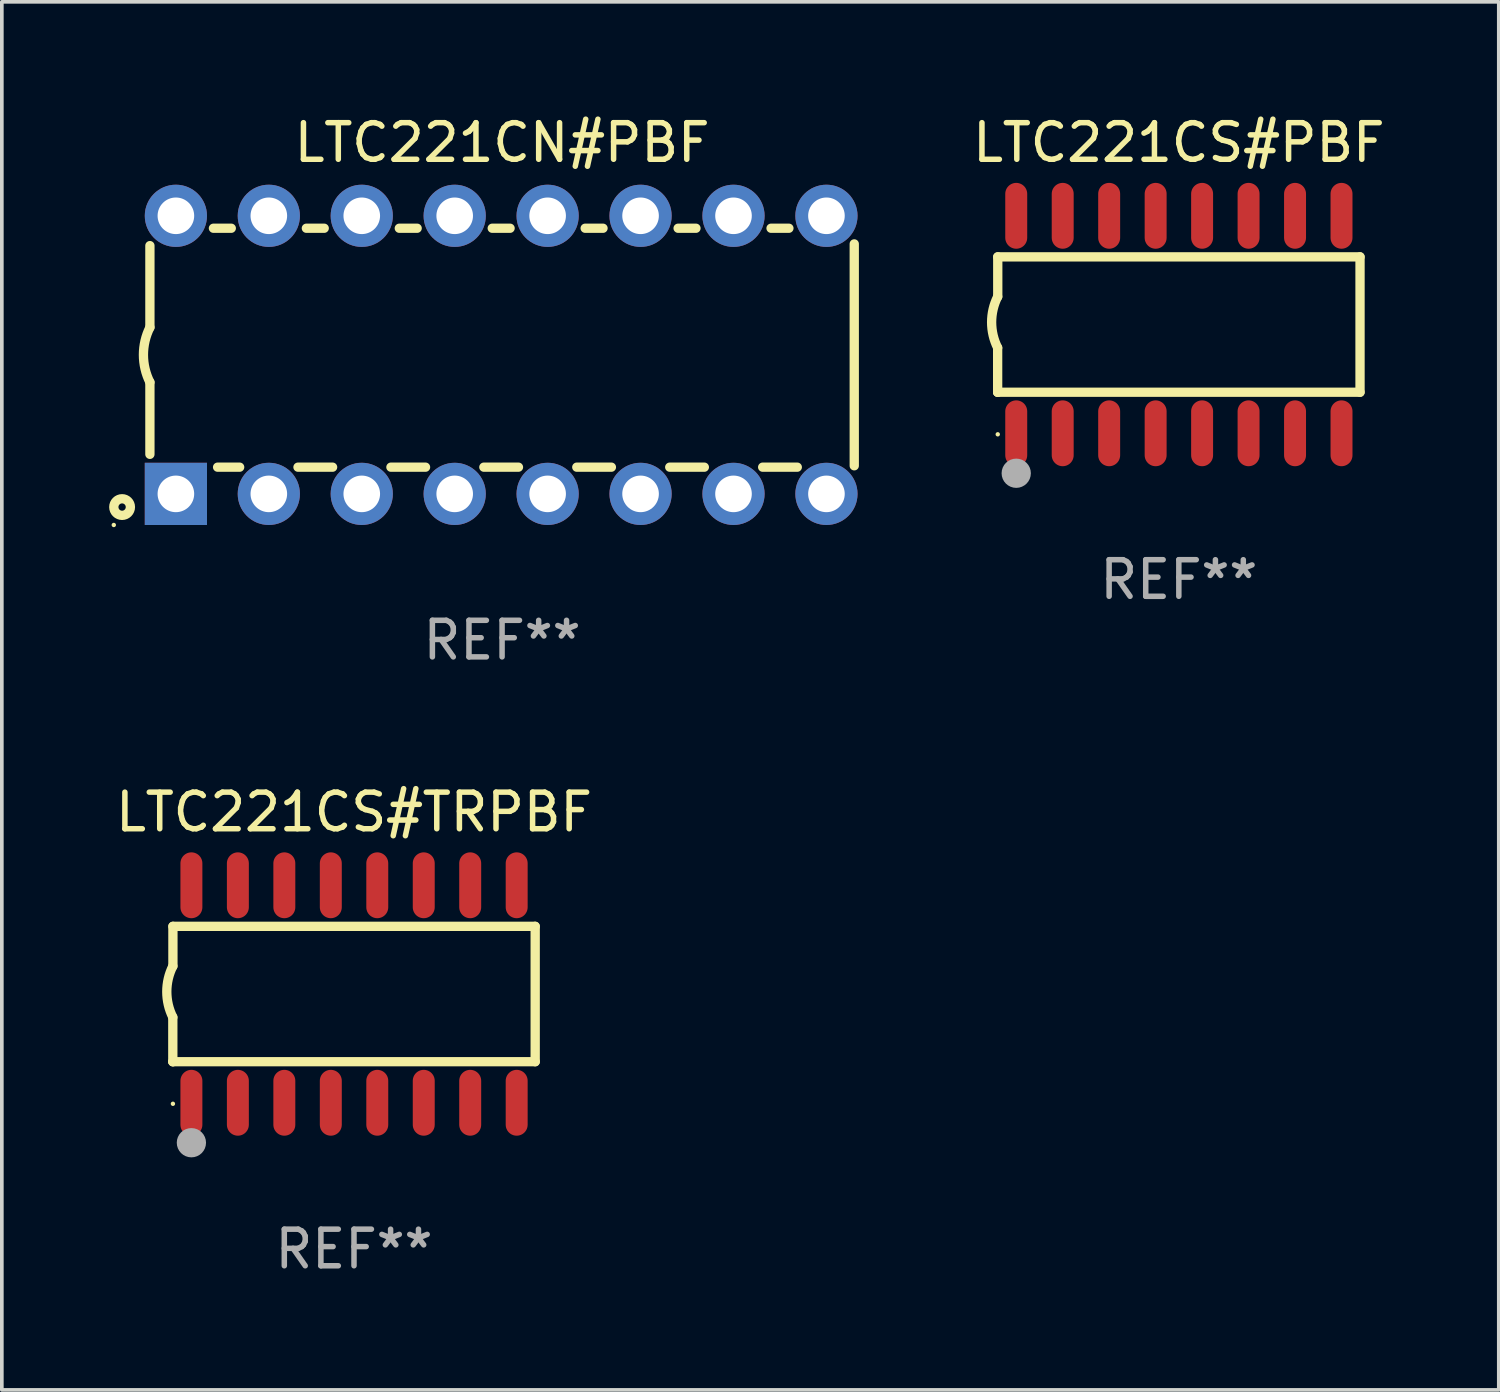
<source format=kicad_pcb>
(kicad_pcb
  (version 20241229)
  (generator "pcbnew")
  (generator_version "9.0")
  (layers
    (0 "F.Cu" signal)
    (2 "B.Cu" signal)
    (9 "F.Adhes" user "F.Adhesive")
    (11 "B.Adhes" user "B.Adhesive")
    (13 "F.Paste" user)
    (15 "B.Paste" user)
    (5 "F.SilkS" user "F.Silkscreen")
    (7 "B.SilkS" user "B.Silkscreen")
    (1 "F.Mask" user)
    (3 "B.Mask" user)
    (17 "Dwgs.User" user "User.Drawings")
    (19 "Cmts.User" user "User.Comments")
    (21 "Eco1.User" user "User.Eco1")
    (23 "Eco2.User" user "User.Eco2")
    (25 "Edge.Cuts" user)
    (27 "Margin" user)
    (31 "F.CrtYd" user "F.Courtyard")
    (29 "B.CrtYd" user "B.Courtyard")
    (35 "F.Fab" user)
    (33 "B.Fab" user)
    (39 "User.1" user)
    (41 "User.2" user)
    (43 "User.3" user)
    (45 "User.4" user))
  (footprint "LTC221CS#TRPBF"
    (layer "F.Cu")
    (at 6.625 24.117)
    (property "Reference" "LTC221CS#TRPBF" (at 0 -4.972 0) (layer "F.SilkS") (effects (font (size 1 1) (thickness 0.15))))
    (attr through_hole)
    (fp_line (start -4.952 0.635) (end -4.952 1.85) (stroke (width 0.254) (type solid)) (layer "F.SilkS"))
    (fp_line (start -4.952 1.85) (end -4.949 1.85) (stroke (width 0.254) (type solid)) (layer "F.SilkS"))
    (fp_line (start -4.949 -1.85) (end -4.949 -0.762) (stroke (width 0.254) (type solid)) (layer "F.SilkS"))
    (fp_line (start -4.949 1.85) (end 4.952 1.85) (stroke (width 0.254) (type solid)) (layer "F.SilkS"))
    (fp_line (start 4.952 -1.85) (end -4.949 -1.85) (stroke (width 0.254) (type solid)) (layer "F.SilkS"))
    (fp_line (start 4.952 1.85) (end 4.952 -1.85) (stroke (width 0.254) (type solid)) (layer "F.SilkS"))
    (fp_arc (start -4.951524 0.635001) (mid -5.116418 -0.0635) (end -4.951524 -0.762002) (stroke (width 0.254001) (type solid)) (layer "F.SilkS"))
    (fp_circle (center -4.949 3) (end -4.919 3) (stroke (width 0.06) (type solid)) (fill no) (layer "F.SilkS"))
    (fp_circle (center -4.444 4.064) (end -4.244 4.064) (stroke (width 0.4) (type solid)) (fill no) (layer "F.Fab"))
    (fp_text user "REF**" (at 0 6.972 0) (layer "F.Fab") (effects (font (size 1 1) (thickness 0.15))))
    (pad "1" smd oval (at -4.444 2.972 180) (size 0.6 1.8) (layers "F.Cu" "F.Mask" "F.Paste"))
    (pad "2" smd oval (at -3.174 2.972 180) (size 0.6 1.8) (layers "F.Cu" "F.Mask" "F.Paste"))
    (pad "3" smd oval (at -1.904 2.972 180) (size 0.6 1.8) (layers "F.Cu" "F.Mask" "F.Paste"))
    (pad "4" smd oval (at -0.634 2.972 180) (size 0.6 1.8) (layers "F.Cu" "F.Mask" "F.Paste"))
    (pad "5" smd oval (at 0.636 2.972 180) (size 0.6 1.8) (layers "F.Cu" "F.Mask" "F.Paste"))
    (pad "6" smd oval (at 1.906 2.972 180) (size 0.6 1.8) (layers "F.Cu" "F.Mask" "F.Paste"))
    (pad "7" smd oval (at 3.176 2.972 180) (size 0.6 1.8) (layers "F.Cu" "F.Mask" "F.Paste"))
    (pad "8" smd oval (at 4.446 2.972 180) (size 0.6 1.8) (layers "F.Cu" "F.Mask" "F.Paste"))
    (pad "9" smd oval (at 4.446 -2.972 180) (size 0.6 1.8) (layers "F.Cu" "F.Mask" "F.Paste"))
    (pad "10" smd oval (at 3.176 -2.972 180) (size 0.6 1.8) (layers "F.Cu" "F.Mask" "F.Paste"))
    (pad "11" smd oval (at 1.906 -2.972 180) (size 0.6 1.8) (layers "F.Cu" "F.Mask" "F.Paste"))
    (pad "12" smd oval (at 0.636 -2.972 180) (size 0.6 1.8) (layers "F.Cu" "F.Mask" "F.Paste"))
    (pad "13" smd oval (at -0.634 -2.972 180) (size 0.6 1.8) (layers "F.Cu" "F.Mask" "F.Paste"))
    (pad "14" smd oval (at -1.904 -2.972 180) (size 0.6 1.8) (layers "F.Cu" "F.Mask" "F.Paste"))
    (pad "15" smd oval (at -3.174 -2.972 180) (size 0.6 1.8) (layers "F.Cu" "F.Mask" "F.Paste"))
    (pad "16" smd oval (at -4.444 -2.972 180) (size 0.6 1.8) (layers "F.Cu" "F.Mask" "F.Paste")))
  (footprint "LTC221CS#PBF"
    (layer "F.Cu")
    (at 29.168 5.82)
    (property "Reference" "LTC221CS#PBF" (at 0 -4.972 0) (layer "F.SilkS") (effects (font (size 1 1) (thickness 0.15))))
    (attr through_hole)
    (fp_line (start -4.952 0.635) (end -4.952 1.85) (stroke (width 0.254) (type solid)) (layer "F.SilkS"))
    (fp_line (start -4.952 1.85) (end -4.949 1.85) (stroke (width 0.254) (type solid)) (layer "F.SilkS"))
    (fp_line (start -4.949 -1.85) (end -4.949 -0.762) (stroke (width 0.254) (type solid)) (layer "F.SilkS"))
    (fp_line (start -4.949 1.85) (end 4.952 1.85) (stroke (width 0.254) (type solid)) (layer "F.SilkS"))
    (fp_line (start 4.952 -1.85) (end -4.949 -1.85) (stroke (width 0.254) (type solid)) (layer "F.SilkS"))
    (fp_line (start 4.952 1.85) (end 4.952 -1.85) (stroke (width 0.254) (type solid)) (layer "F.SilkS"))
    (fp_arc (start -4.951524 0.635001) (mid -5.116418 -0.0635) (end -4.951524 -0.762002) (stroke (width 0.254001) (type solid)) (layer "F.SilkS"))
    (fp_circle (center -4.949 3) (end -4.919 3) (stroke (width 0.06) (type solid)) (fill no) (layer "F.SilkS"))
    (fp_circle (center -4.444 4.064) (end -4.244 4.064) (stroke (width 0.4) (type solid)) (fill no) (layer "F.Fab"))
    (fp_text user "REF**" (at 0 6.972 0) (layer "F.Fab") (effects (font (size 1 1) (thickness 0.15))))
    (pad "1" smd oval (at -4.444 2.972 180) (size 0.6 1.8) (layers "F.Cu" "F.Mask" "F.Paste"))
    (pad "2" smd oval (at -3.174 2.972 180) (size 0.6 1.8) (layers "F.Cu" "F.Mask" "F.Paste"))
    (pad "3" smd oval (at -1.904 2.972 180) (size 0.6 1.8) (layers "F.Cu" "F.Mask" "F.Paste"))
    (pad "4" smd oval (at -0.634 2.972 180) (size 0.6 1.8) (layers "F.Cu" "F.Mask" "F.Paste"))
    (pad "5" smd oval (at 0.636 2.972 180) (size 0.6 1.8) (layers "F.Cu" "F.Mask" "F.Paste"))
    (pad "6" smd oval (at 1.906 2.972 180) (size 0.6 1.8) (layers "F.Cu" "F.Mask" "F.Paste"))
    (pad "7" smd oval (at 3.176 2.972 180) (size 0.6 1.8) (layers "F.Cu" "F.Mask" "F.Paste"))
    (pad "8" smd oval (at 4.446 2.972 180) (size 0.6 1.8) (layers "F.Cu" "F.Mask" "F.Paste"))
    (pad "9" smd oval (at 4.446 -2.972 180) (size 0.6 1.8) (layers "F.Cu" "F.Mask" "F.Paste"))
    (pad "10" smd oval (at 3.176 -2.972 180) (size 0.6 1.8) (layers "F.Cu" "F.Mask" "F.Paste"))
    (pad "11" smd oval (at 1.906 -2.972 180) (size 0.6 1.8) (layers "F.Cu" "F.Mask" "F.Paste"))
    (pad "12" smd oval (at 0.636 -2.972 180) (size 0.6 1.8) (layers "F.Cu" "F.Mask" "F.Paste"))
    (pad "13" smd oval (at -0.634 -2.972 180) (size 0.6 1.8) (layers "F.Cu" "F.Mask" "F.Paste"))
    (pad "14" smd oval (at -1.904 -2.972 180) (size 0.6 1.8) (layers "F.Cu" "F.Mask" "F.Paste"))
    (pad "15" smd oval (at -3.174 -2.972 180) (size 0.6 1.8) (layers "F.Cu" "F.Mask" "F.Paste"))
    (pad "16" smd oval (at -4.444 -2.972 180) (size 0.6 1.8) (layers "F.Cu" "F.Mask" "F.Paste")))
  (footprint "LTC221CN#PBF"
    (layer "F.Cu")
    (at 10.672 6.648)
    (property "Reference" "LTC221CN#PBF" (at 0 -5.8 0) (layer "F.SilkS") (effects (font (size 1 1) (thickness 0.15))))
    (attr through_hole)
    (fp_line (start -9.625 -0.75) (end -9.625 -2.985) (stroke (width 0.254) (type solid)) (layer "F.SilkS"))
    (fp_line (start -9.625 0.749) (end -9.625 2.719) (stroke (width 0.254) (type solid)) (layer "F.SilkS"))
    (fp_line (start -7.889 -3.46) (end -7.401 -3.46) (stroke (width 0.254) (type solid)) (layer "F.SilkS"))
    (fp_line (start -7.775 3.07) (end -7.172 3.07) (stroke (width 0.254) (type solid)) (layer "F.SilkS"))
    (fp_line (start -5.578 3.07) (end -4.632 3.07) (stroke (width 0.254) (type solid)) (layer "F.SilkS"))
    (fp_line (start -5.349 -3.46) (end -4.861 -3.46) (stroke (width 0.254) (type solid)) (layer "F.SilkS"))
    (fp_line (start -3.038 3.07) (end -2.092 3.07) (stroke (width 0.254) (type solid)) (layer "F.SilkS"))
    (fp_line (start -2.809 -3.46) (end -2.321 -3.46) (stroke (width 0.254) (type solid)) (layer "F.SilkS"))
    (fp_line (start -0.498 3.07) (end 0.448 3.07) (stroke (width 0.254) (type solid)) (layer "F.SilkS"))
    (fp_line (start -0.269 -3.46) (end 0.219 -3.46) (stroke (width 0.254) (type solid)) (layer "F.SilkS"))
    (fp_line (start 2.042 3.07) (end 2.988 3.07) (stroke (width 0.254) (type solid)) (layer "F.SilkS"))
    (fp_line (start 2.271 -3.46) (end 2.759 -3.46) (stroke (width 0.254) (type solid)) (layer "F.SilkS"))
    (fp_line (start 4.582 3.07) (end 5.528 3.07) (stroke (width 0.254) (type solid)) (layer "F.SilkS"))
    (fp_line (start 4.811 -3.46) (end 5.299 -3.46) (stroke (width 0.254) (type solid)) (layer "F.SilkS"))
    (fp_line (start 7.122 3.07) (end 8.068 3.07) (stroke (width 0.254) (type solid)) (layer "F.SilkS"))
    (fp_line (start 7.351 -3.46) (end 7.839 -3.46) (stroke (width 0.254) (type solid)) (layer "F.SilkS"))
    (fp_line (start 9.625 3.032) (end 9.625 -3.032) (stroke (width 0.254) (type solid)) (layer "F.SilkS"))
    (fp_arc (start -9.62498 0.748819) (mid -9.801899 -0.000581) (end -9.625006 -0.749987) (stroke (width 0.254001) (type solid)) (layer "F.SilkS"))
    (fp_circle (center -10.612 4.65) (end -10.582 4.65) (stroke (width 0.06) (type solid)) (fill no) (layer "F.SilkS"))
    (fp_circle (center -10.385 4.16) (end -10.285 4.16) (stroke (width 0.254) (type solid)) (fill no) (layer "F.SilkS"))
    (fp_text user "REF**" (at 0 7.8 0) (layer "F.Fab") (effects (font (size 1 1) (thickness 0.15))))
    (pad "1" thru_hole rect (at -8.915 3.8 90) (size 1.7 1.7) (drill 1) (layers "*.Cu" "*.Mask"))
    (pad "2" thru_hole circle (at -6.375 3.8) (size 1.7 1.7) (drill 1) (layers "*.Cu" "*.Mask"))
    (pad "3" thru_hole circle (at -3.835 3.8) (size 1.7 1.7) (drill 1) (layers "*.Cu" "*.Mask"))
    (pad "4" thru_hole circle (at -1.295 3.8) (size 1.7 1.7) (drill 1) (layers "*.Cu" "*.Mask"))
    (pad "5" thru_hole circle (at 1.245 3.8) (size 1.7 1.7) (drill 1) (layers "*.Cu" "*.Mask"))
    (pad "6" thru_hole circle (at 3.785 3.8) (size 1.7 1.7) (drill 1) (layers "*.Cu" "*.Mask"))
    (pad "7" thru_hole circle (at 6.325 3.8) (size 1.7 1.7) (drill 1) (layers "*.Cu" "*.Mask"))
    (pad "8" thru_hole circle (at 8.865 3.8) (size 1.7 1.7) (drill 1) (layers "*.Cu" "*.Mask"))
    (pad "9" thru_hole circle (at 8.865 -3.8) (size 1.7 1.7) (drill 1) (layers "*.Cu" "*.Mask"))
    (pad "10" thru_hole circle (at 6.325 -3.8) (size 1.7 1.7) (drill 1) (layers "*.Cu" "*.Mask"))
    (pad "11" thru_hole circle (at 3.785 -3.8) (size 1.7 1.7) (drill 1) (layers "*.Cu" "*.Mask"))
    (pad "12" thru_hole circle (at 1.245 -3.8) (size 1.7 1.7) (drill 1) (layers "*.Cu" "*.Mask"))
    (pad "13" thru_hole circle (at -1.295 -3.8) (size 1.7 1.7) (drill 1) (layers "*.Cu" "*.Mask"))
    (pad "14" thru_hole circle (at -3.835 -3.8) (size 1.7 1.7) (drill 1) (layers "*.Cu" "*.Mask"))
    (pad "15" thru_hole circle (at -6.375 -3.8) (size 1.7 1.7) (drill 1) (layers "*.Cu" "*.Mask"))
    (pad "16" thru_hole circle (at -8.915 -3.8) (size 1.7 1.7) (drill 1) (layers "*.Cu" "*.Mask")))
  (gr_rect
    (start -3 -3)
    (end 37.912 34.937)
    (stroke (width 0.1) (type default))
    (fill no)
    (layer "Edge.Cuts")))
</source>
